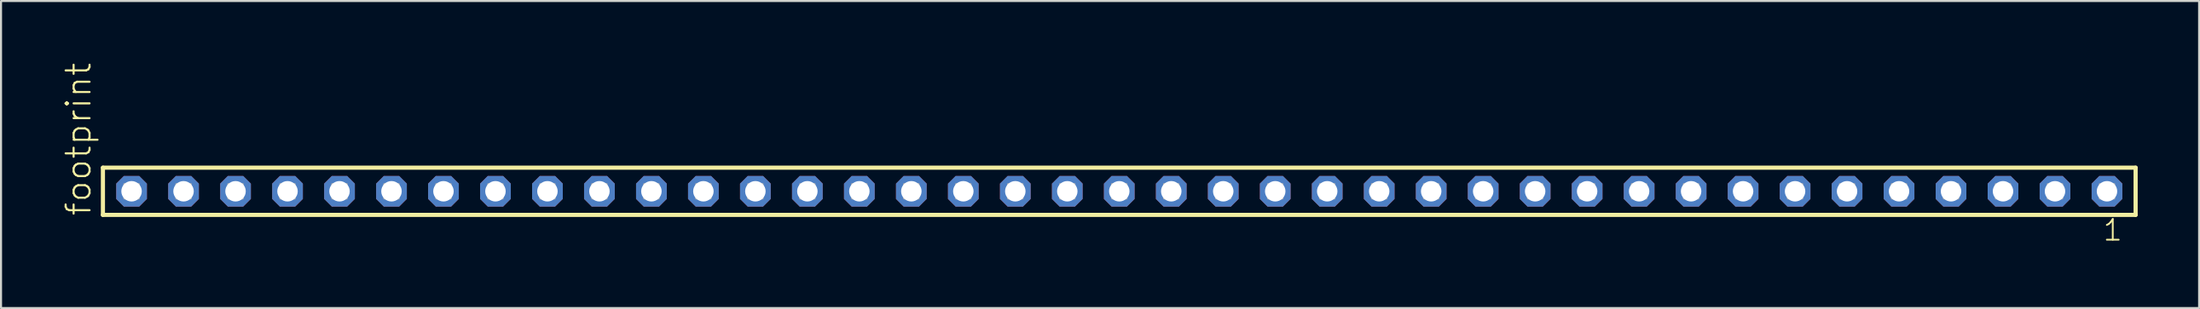
<source format=kicad_pcb>
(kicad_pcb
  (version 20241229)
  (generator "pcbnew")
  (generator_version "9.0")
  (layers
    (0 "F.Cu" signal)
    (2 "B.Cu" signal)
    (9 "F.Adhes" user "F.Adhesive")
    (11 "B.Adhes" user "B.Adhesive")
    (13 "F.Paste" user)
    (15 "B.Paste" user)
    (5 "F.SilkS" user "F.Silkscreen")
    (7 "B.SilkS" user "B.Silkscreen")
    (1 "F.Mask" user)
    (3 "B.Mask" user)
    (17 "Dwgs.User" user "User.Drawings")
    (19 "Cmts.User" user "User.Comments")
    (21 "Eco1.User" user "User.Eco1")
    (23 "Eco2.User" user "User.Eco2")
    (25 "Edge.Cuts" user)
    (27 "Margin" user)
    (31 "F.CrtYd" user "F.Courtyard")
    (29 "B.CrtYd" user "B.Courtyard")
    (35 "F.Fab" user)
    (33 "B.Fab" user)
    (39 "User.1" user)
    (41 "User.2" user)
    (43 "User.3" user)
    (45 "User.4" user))
  (footprint "footprint"
    (layer "F.Cu")
    (at 51.638 6.312)
    (property "Reference" "footprint" (at -50.165 1.27 90) (layer "F.SilkS") (effects (font (size 1.168 1.168) (thickness 0.102)) (justify left bottom)))
    (fp_line (start -49.659 -1.155) (end 49.659 -1.155) (stroke (width 0.203) (type solid)) (layer "F.SilkS"))
    (fp_line (start -49.659 1.155) (end -49.659 -1.155) (stroke (width 0.203) (type solid)) (layer "F.SilkS"))
    (fp_line (start 49.659 -1.155) (end 49.659 1.155) (stroke (width 0.203) (type solid)) (layer "F.SilkS"))
    (fp_line (start 49.659 1.155) (end -49.659 1.155) (stroke (width 0.203) (type solid)) (layer "F.SilkS"))
    (fp_poly (pts (xy -48.61 0.35) (xy -47.91 0.35) (xy -47.91 -0.35) (xy -48.61 -0.35)) (stroke (width 0.1) (type solid)) (fill no) (layer "F.Fab"))
    (fp_poly (pts (xy -46.07 0.35) (xy -45.37 0.35) (xy -45.37 -0.35) (xy -46.07 -0.35)) (stroke (width 0.1) (type solid)) (fill no) (layer "F.Fab"))
    (fp_poly (pts (xy -43.53 0.35) (xy -42.83 0.35) (xy -42.83 -0.35) (xy -43.53 -0.35)) (stroke (width 0.1) (type solid)) (fill no) (layer "F.Fab"))
    (fp_poly (pts (xy -40.99 0.35) (xy -40.29 0.35) (xy -40.29 -0.35) (xy -40.99 -0.35)) (stroke (width 0.1) (type solid)) (fill no) (layer "F.Fab"))
    (fp_poly (pts (xy -38.45 0.35) (xy -37.75 0.35) (xy -37.75 -0.35) (xy -38.45 -0.35)) (stroke (width 0.1) (type solid)) (fill no) (layer "F.Fab"))
    (fp_poly (pts (xy -35.91 0.35) (xy -35.21 0.35) (xy -35.21 -0.35) (xy -35.91 -0.35)) (stroke (width 0.1) (type solid)) (fill no) (layer "F.Fab"))
    (fp_poly (pts (xy -33.37 0.35) (xy -32.67 0.35) (xy -32.67 -0.35) (xy -33.37 -0.35)) (stroke (width 0.1) (type solid)) (fill no) (layer "F.Fab"))
    (fp_poly (pts (xy -30.83 0.35) (xy -30.13 0.35) (xy -30.13 -0.35) (xy -30.83 -0.35)) (stroke (width 0.1) (type solid)) (fill no) (layer "F.Fab"))
    (fp_poly (pts (xy -28.29 0.35) (xy -27.59 0.35) (xy -27.59 -0.35) (xy -28.29 -0.35)) (stroke (width 0.1) (type solid)) (fill no) (layer "F.Fab"))
    (fp_poly (pts (xy -25.75 0.35) (xy -25.05 0.35) (xy -25.05 -0.35) (xy -25.75 -0.35)) (stroke (width 0.1) (type solid)) (fill no) (layer "F.Fab"))
    (fp_poly (pts (xy -23.21 0.35) (xy -22.51 0.35) (xy -22.51 -0.35) (xy -23.21 -0.35)) (stroke (width 0.1) (type solid)) (fill no) (layer "F.Fab"))
    (fp_poly (pts (xy -20.67 0.35) (xy -19.97 0.35) (xy -19.97 -0.35) (xy -20.67 -0.35)) (stroke (width 0.1) (type solid)) (fill no) (layer "F.Fab"))
    (fp_poly (pts (xy -18.13 0.35) (xy -17.43 0.35) (xy -17.43 -0.35) (xy -18.13 -0.35)) (stroke (width 0.1) (type solid)) (fill no) (layer "F.Fab"))
    (fp_poly (pts (xy -15.59 0.35) (xy -14.89 0.35) (xy -14.89 -0.35) (xy -15.59 -0.35)) (stroke (width 0.1) (type solid)) (fill no) (layer "F.Fab"))
    (fp_poly (pts (xy -13.05 0.35) (xy -12.35 0.35) (xy -12.35 -0.35) (xy -13.05 -0.35)) (stroke (width 0.1) (type solid)) (fill no) (layer "F.Fab"))
    (fp_poly (pts (xy -10.51 0.35) (xy -9.81 0.35) (xy -9.81 -0.35) (xy -10.51 -0.35)) (stroke (width 0.1) (type solid)) (fill no) (layer "F.Fab"))
    (fp_poly (pts (xy -7.97 0.35) (xy -7.27 0.35) (xy -7.27 -0.35) (xy -7.97 -0.35)) (stroke (width 0.1) (type solid)) (fill no) (layer "F.Fab"))
    (fp_poly (pts (xy -5.43 0.35) (xy -4.73 0.35) (xy -4.73 -0.35) (xy -5.43 -0.35)) (stroke (width 0.1) (type solid)) (fill no) (layer "F.Fab"))
    (fp_poly (pts (xy -2.89 0.35) (xy -2.19 0.35) (xy -2.19 -0.35) (xy -2.89 -0.35)) (stroke (width 0.1) (type solid)) (fill no) (layer "F.Fab"))
    (fp_poly (pts (xy -0.35 0.35) (xy 0.35 0.35) (xy 0.35 -0.35) (xy -0.35 -0.35)) (stroke (width 0.1) (type solid)) (fill no) (layer "F.Fab"))
    (fp_poly (pts (xy 2.19 0.35) (xy 2.89 0.35) (xy 2.89 -0.35) (xy 2.19 -0.35)) (stroke (width 0.1) (type solid)) (fill no) (layer "F.Fab"))
    (fp_poly (pts (xy 4.73 0.35) (xy 5.43 0.35) (xy 5.43 -0.35) (xy 4.73 -0.35)) (stroke (width 0.1) (type solid)) (fill no) (layer "F.Fab"))
    (fp_poly (pts (xy 7.27 0.35) (xy 7.97 0.35) (xy 7.97 -0.35) (xy 7.27 -0.35)) (stroke (width 0.1) (type solid)) (fill no) (layer "F.Fab"))
    (fp_poly (pts (xy 9.81 0.35) (xy 10.51 0.35) (xy 10.51 -0.35) (xy 9.81 -0.35)) (stroke (width 0.1) (type solid)) (fill no) (layer "F.Fab"))
    (fp_poly (pts (xy 12.35 0.35) (xy 13.05 0.35) (xy 13.05 -0.35) (xy 12.35 -0.35)) (stroke (width 0.1) (type solid)) (fill no) (layer "F.Fab"))
    (fp_poly (pts (xy 14.89 0.35) (xy 15.59 0.35) (xy 15.59 -0.35) (xy 14.89 -0.35)) (stroke (width 0.1) (type solid)) (fill no) (layer "F.Fab"))
    (fp_poly (pts (xy 17.43 0.35) (xy 18.13 0.35) (xy 18.13 -0.35) (xy 17.43 -0.35)) (stroke (width 0.1) (type solid)) (fill no) (layer "F.Fab"))
    (fp_poly (pts (xy 19.97 0.35) (xy 20.67 0.35) (xy 20.67 -0.35) (xy 19.97 -0.35)) (stroke (width 0.1) (type solid)) (fill no) (layer "F.Fab"))
    (fp_poly (pts (xy 22.51 0.35) (xy 23.21 0.35) (xy 23.21 -0.35) (xy 22.51 -0.35)) (stroke (width 0.1) (type solid)) (fill no) (layer "F.Fab"))
    (fp_poly (pts (xy 25.05 0.35) (xy 25.75 0.35) (xy 25.75 -0.35) (xy 25.05 -0.35)) (stroke (width 0.1) (type solid)) (fill no) (layer "F.Fab"))
    (fp_poly (pts (xy 27.59 0.35) (xy 28.29 0.35) (xy 28.29 -0.35) (xy 27.59 -0.35)) (stroke (width 0.1) (type solid)) (fill no) (layer "F.Fab"))
    (fp_poly (pts (xy 30.13 0.35) (xy 30.83 0.35) (xy 30.83 -0.35) (xy 30.13 -0.35)) (stroke (width 0.1) (type solid)) (fill no) (layer "F.Fab"))
    (fp_poly (pts (xy 32.67 0.35) (xy 33.37 0.35) (xy 33.37 -0.35) (xy 32.67 -0.35)) (stroke (width 0.1) (type solid)) (fill no) (layer "F.Fab"))
    (fp_poly (pts (xy 35.21 0.35) (xy 35.91 0.35) (xy 35.91 -0.35) (xy 35.21 -0.35)) (stroke (width 0.1) (type solid)) (fill no) (layer "F.Fab"))
    (fp_poly (pts (xy 37.75 0.35) (xy 38.45 0.35) (xy 38.45 -0.35) (xy 37.75 -0.35)) (stroke (width 0.1) (type solid)) (fill no) (layer "F.Fab"))
    (fp_poly (pts (xy 40.29 0.35) (xy 40.99 0.35) (xy 40.99 -0.35) (xy 40.29 -0.35)) (stroke (width 0.1) (type solid)) (fill no) (layer "F.Fab"))
    (fp_poly (pts (xy 42.83 0.35) (xy 43.53 0.35) (xy 43.53 -0.35) (xy 42.83 -0.35)) (stroke (width 0.1) (type solid)) (fill no) (layer "F.Fab"))
    (fp_poly (pts (xy 45.37 0.35) (xy 46.07 0.35) (xy 46.07 -0.35) (xy 45.37 -0.35)) (stroke (width 0.1) (type solid)) (fill no) (layer "F.Fab"))
    (fp_poly (pts (xy 47.91 0.35) (xy 48.61 0.35) (xy 48.61 -0.35) (xy 47.91 -0.35)) (stroke (width 0.1) (type solid)) (fill no) (layer "F.Fab"))
    (fp_text user "1" (at 48.002 2.498 0) (layer "F.SilkS") (effects (font (size 1.012 1.012) (thickness 0.088)) (justify left bottom)))
    (pad "1" thru_hole roundrect (at 48.26 0 180) (size 1.5 1.5) (drill 1) (layers "*.Cu" "*.Mask") (roundrect_rratio 0.25) (chamfer_ratio 0.25) (chamfer top_left top_right bottom_left bottom_right))
    (pad "2" thru_hole roundrect (at 45.72 0 180) (size 1.5 1.5) (drill 1) (layers "*.Cu" "*.Mask") (roundrect_rratio 0.25) (chamfer_ratio 0.25) (chamfer top_left top_right bottom_left bottom_right))
    (pad "3" thru_hole roundrect (at 43.18 0 180) (size 1.5 1.5) (drill 1) (layers "*.Cu" "*.Mask") (roundrect_rratio 0.25) (chamfer_ratio 0.25) (chamfer top_left top_right bottom_left bottom_right))
    (pad "4" thru_hole roundrect (at 40.64 0 180) (size 1.5 1.5) (drill 1) (layers "*.Cu" "*.Mask") (roundrect_rratio 0.25) (chamfer_ratio 0.25) (chamfer top_left top_right bottom_left bottom_right))
    (pad "5" thru_hole roundrect (at 38.1 0 180) (size 1.5 1.5) (drill 1) (layers "*.Cu" "*.Mask") (roundrect_rratio 0.25) (chamfer_ratio 0.25) (chamfer top_left top_right bottom_left bottom_right))
    (pad "6" thru_hole roundrect (at 35.56 0 180) (size 1.5 1.5) (drill 1) (layers "*.Cu" "*.Mask") (roundrect_rratio 0.25) (chamfer_ratio 0.25) (chamfer top_left top_right bottom_left bottom_right))
    (pad "7" thru_hole roundrect (at 33.02 0 180) (size 1.5 1.5) (drill 1) (layers "*.Cu" "*.Mask") (roundrect_rratio 0.25) (chamfer_ratio 0.25) (chamfer top_left top_right bottom_left bottom_right))
    (pad "8" thru_hole roundrect (at 30.48 0 180) (size 1.5 1.5) (drill 1) (layers "*.Cu" "*.Mask") (roundrect_rratio 0.25) (chamfer_ratio 0.25) (chamfer top_left top_right bottom_left bottom_right))
    (pad "9" thru_hole roundrect (at 27.94 0 180) (size 1.5 1.5) (drill 1) (layers "*.Cu" "*.Mask") (roundrect_rratio 0.25) (chamfer_ratio 0.25) (chamfer top_left top_right bottom_left bottom_right))
    (pad "10" thru_hole roundrect (at 25.4 0 180) (size 1.5 1.5) (drill 1) (layers "*.Cu" "*.Mask") (roundrect_rratio 0.25) (chamfer_ratio 0.25) (chamfer top_left top_right bottom_left bottom_right))
    (pad "11" thru_hole roundrect (at 22.86 0 180) (size 1.5 1.5) (drill 1) (layers "*.Cu" "*.Mask") (roundrect_rratio 0.25) (chamfer_ratio 0.25) (chamfer top_left top_right bottom_left bottom_right))
    (pad "12" thru_hole roundrect (at 20.32 0 180) (size 1.5 1.5) (drill 1) (layers "*.Cu" "*.Mask") (roundrect_rratio 0.25) (chamfer_ratio 0.25) (chamfer top_left top_right bottom_left bottom_right))
    (pad "13" thru_hole roundrect (at 17.78 0 180) (size 1.5 1.5) (drill 1) (layers "*.Cu" "*.Mask") (roundrect_rratio 0.25) (chamfer_ratio 0.25) (chamfer top_left top_right bottom_left bottom_right))
    (pad "14" thru_hole roundrect (at 15.24 0 180) (size 1.5 1.5) (drill 1) (layers "*.Cu" "*.Mask") (roundrect_rratio 0.25) (chamfer_ratio 0.25) (chamfer top_left top_right bottom_left bottom_right))
    (pad "15" thru_hole roundrect (at 12.7 0 180) (size 1.5 1.5) (drill 1) (layers "*.Cu" "*.Mask") (roundrect_rratio 0.25) (chamfer_ratio 0.25) (chamfer top_left top_right bottom_left bottom_right))
    (pad "16" thru_hole roundrect (at 10.16 0 180) (size 1.5 1.5) (drill 1) (layers "*.Cu" "*.Mask") (roundrect_rratio 0.25) (chamfer_ratio 0.25) (chamfer top_left top_right bottom_left bottom_right))
    (pad "17" thru_hole roundrect (at 7.62 0 180) (size 1.5 1.5) (drill 1) (layers "*.Cu" "*.Mask") (roundrect_rratio 0.25) (chamfer_ratio 0.25) (chamfer top_left top_right bottom_left bottom_right))
    (pad "18" thru_hole roundrect (at 5.08 0 180) (size 1.5 1.5) (drill 1) (layers "*.Cu" "*.Mask") (roundrect_rratio 0.25) (chamfer_ratio 0.25) (chamfer top_left top_right bottom_left bottom_right))
    (pad "19" thru_hole roundrect (at 2.54 0 180) (size 1.5 1.5) (drill 1) (layers "*.Cu" "*.Mask") (roundrect_rratio 0.25) (chamfer_ratio 0.25) (chamfer top_left top_right bottom_left bottom_right))
    (pad "20" thru_hole roundrect (at 0 0 180) (size 1.5 1.5) (drill 1) (layers "*.Cu" "*.Mask") (roundrect_rratio 0.25) (chamfer_ratio 0.25) (chamfer top_left top_right bottom_left bottom_right))
    (pad "21" thru_hole roundrect (at -2.54 0 180) (size 1.5 1.5) (drill 1) (layers "*.Cu" "*.Mask") (roundrect_rratio 0.25) (chamfer_ratio 0.25) (chamfer top_left top_right bottom_left bottom_right))
    (pad "22" thru_hole roundrect (at -5.08 0 180) (size 1.5 1.5) (drill 1) (layers "*.Cu" "*.Mask") (roundrect_rratio 0.25) (chamfer_ratio 0.25) (chamfer top_left top_right bottom_left bottom_right))
    (pad "23" thru_hole roundrect (at -7.62 0 180) (size 1.5 1.5) (drill 1) (layers "*.Cu" "*.Mask") (roundrect_rratio 0.25) (chamfer_ratio 0.25) (chamfer top_left top_right bottom_left bottom_right))
    (pad "24" thru_hole roundrect (at -10.16 0 180) (size 1.5 1.5) (drill 1) (layers "*.Cu" "*.Mask") (roundrect_rratio 0.25) (chamfer_ratio 0.25) (chamfer top_left top_right bottom_left bottom_right))
    (pad "25" thru_hole roundrect (at -12.7 0 180) (size 1.5 1.5) (drill 1) (layers "*.Cu" "*.Mask") (roundrect_rratio 0.25) (chamfer_ratio 0.25) (chamfer top_left top_right bottom_left bottom_right))
    (pad "26" thru_hole roundrect (at -15.24 0 180) (size 1.5 1.5) (drill 1) (layers "*.Cu" "*.Mask") (roundrect_rratio 0.25) (chamfer_ratio 0.25) (chamfer top_left top_right bottom_left bottom_right))
    (pad "27" thru_hole roundrect (at -17.78 0 180) (size 1.5 1.5) (drill 1) (layers "*.Cu" "*.Mask") (roundrect_rratio 0.25) (chamfer_ratio 0.25) (chamfer top_left top_right bottom_left bottom_right))
    (pad "28" thru_hole roundrect (at -20.32 0 180) (size 1.5 1.5) (drill 1) (layers "*.Cu" "*.Mask") (roundrect_rratio 0.25) (chamfer_ratio 0.25) (chamfer top_left top_right bottom_left bottom_right))
    (pad "29" thru_hole roundrect (at -22.86 0 180) (size 1.5 1.5) (drill 1) (layers "*.Cu" "*.Mask") (roundrect_rratio 0.25) (chamfer_ratio 0.25) (chamfer top_left top_right bottom_left bottom_right))
    (pad "30" thru_hole roundrect (at -25.4 0 180) (size 1.5 1.5) (drill 1) (layers "*.Cu" "*.Mask") (roundrect_rratio 0.25) (chamfer_ratio 0.25) (chamfer top_left top_right bottom_left bottom_right))
    (pad "31" thru_hole roundrect (at -27.94 0 180) (size 1.5 1.5) (drill 1) (layers "*.Cu" "*.Mask") (roundrect_rratio 0.25) (chamfer_ratio 0.25) (chamfer top_left top_right bottom_left bottom_right))
    (pad "32" thru_hole roundrect (at -30.48 0 180) (size 1.5 1.5) (drill 1) (layers "*.Cu" "*.Mask") (roundrect_rratio 0.25) (chamfer_ratio 0.25) (chamfer top_left top_right bottom_left bottom_right))
    (pad "33" thru_hole roundrect (at -33.02 0 180) (size 1.5 1.5) (drill 1) (layers "*.Cu" "*.Mask") (roundrect_rratio 0.25) (chamfer_ratio 0.25) (chamfer top_left top_right bottom_left bottom_right))
    (pad "34" thru_hole roundrect (at -35.56 0 180) (size 1.5 1.5) (drill 1) (layers "*.Cu" "*.Mask") (roundrect_rratio 0.25) (chamfer_ratio 0.25) (chamfer top_left top_right bottom_left bottom_right))
    (pad "35" thru_hole roundrect (at -38.1 0 180) (size 1.5 1.5) (drill 1) (layers "*.Cu" "*.Mask") (roundrect_rratio 0.25) (chamfer_ratio 0.25) (chamfer top_left top_right bottom_left bottom_right))
    (pad "36" thru_hole roundrect (at -40.64 0 180) (size 1.5 1.5) (drill 1) (layers "*.Cu" "*.Mask") (roundrect_rratio 0.25) (chamfer_ratio 0.25) (chamfer top_left top_right bottom_left bottom_right))
    (pad "37" thru_hole roundrect (at -43.18 0 180) (size 1.5 1.5) (drill 1) (layers "*.Cu" "*.Mask") (roundrect_rratio 0.25) (chamfer_ratio 0.25) (chamfer top_left top_right bottom_left bottom_right))
    (pad "38" thru_hole roundrect (at -45.72 0 180) (size 1.5 1.5) (drill 1) (layers "*.Cu" "*.Mask") (roundrect_rratio 0.25) (chamfer_ratio 0.25) (chamfer top_left top_right bottom_left bottom_right))
    (pad "39" thru_hole roundrect (at -48.26 0 180) (size 1.5 1.5) (drill 1) (layers "*.Cu" "*.Mask") (roundrect_rratio 0.25) (chamfer_ratio 0.25) (chamfer top_left top_right bottom_left bottom_right)))
  (gr_rect
    (start -3 -3)
    (end 104.399 12.027)
    (stroke (width 0.1) (type default))
    (fill no)
    (layer "Edge.Cuts")))
</source>
